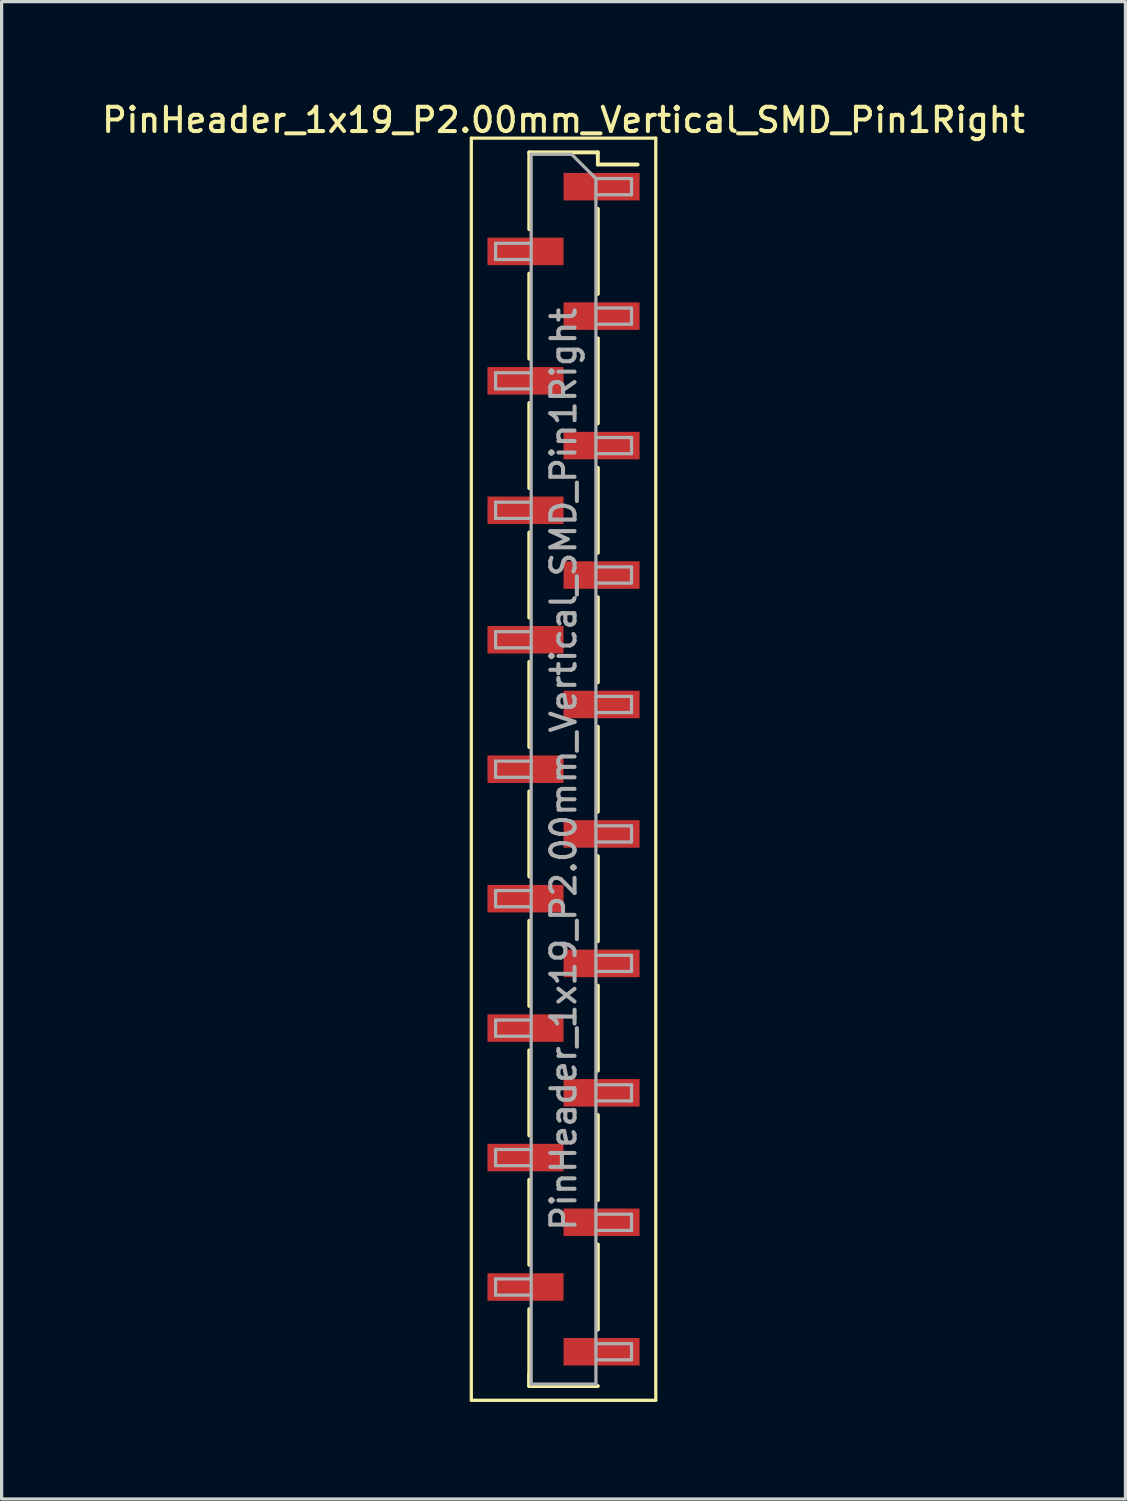
<source format=kicad_pcb>
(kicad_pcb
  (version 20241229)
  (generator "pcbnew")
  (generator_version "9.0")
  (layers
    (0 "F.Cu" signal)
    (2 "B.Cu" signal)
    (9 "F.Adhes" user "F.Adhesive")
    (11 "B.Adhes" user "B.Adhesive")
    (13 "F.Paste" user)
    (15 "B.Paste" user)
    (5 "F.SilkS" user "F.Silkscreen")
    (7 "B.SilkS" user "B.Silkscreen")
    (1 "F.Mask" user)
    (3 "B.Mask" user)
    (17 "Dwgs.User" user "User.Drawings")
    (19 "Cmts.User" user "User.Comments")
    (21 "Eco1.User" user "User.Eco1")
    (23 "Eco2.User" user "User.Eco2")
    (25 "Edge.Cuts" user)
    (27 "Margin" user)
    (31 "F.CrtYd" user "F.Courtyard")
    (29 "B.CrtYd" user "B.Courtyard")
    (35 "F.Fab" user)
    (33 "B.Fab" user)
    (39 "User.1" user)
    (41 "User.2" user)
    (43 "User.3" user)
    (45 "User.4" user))
  (footprint "PinHeader_1x19_P2.00mm_Vertical_SMD_Pin1Right"
    (layer "F.Cu")
    (at 14.363 20.718)
    (property "Reference" "PinHeader_1x19_P2.00mm_Vertical_SMD_Pin1Right" (at 0 -20.06 0) (layer "F.SilkS") (effects (font (size 0.75 0.75) (thickness 0.125))))
    (attr smd)
    (fp_line (start -2.85 -19.5) (end -2.85 19.5) (stroke (width 0.1) (type solid)) (layer "F.SilkS"))
    (fp_line (start -2.85 19.5) (end 2.85 19.5) (stroke (width 0.1) (type solid)) (layer "F.SilkS"))
    (fp_line (start -1.06 -19.06) (end -1.06 -16.685) (stroke (width 0.12) (type solid)) (layer "F.SilkS"))
    (fp_line (start -1.06 -19.06) (end 1.06 -19.06) (stroke (width 0.12) (type solid)) (layer "F.SilkS"))
    (fp_line (start -1.06 -15.315) (end -1.06 -12.685) (stroke (width 0.12) (type solid)) (layer "F.SilkS"))
    (fp_line (start -1.06 -11.315) (end -1.06 -8.685) (stroke (width 0.12) (type solid)) (layer "F.SilkS"))
    (fp_line (start -1.06 -7.315) (end -1.06 -4.685) (stroke (width 0.12) (type solid)) (layer "F.SilkS"))
    (fp_line (start -1.06 -3.315) (end -1.06 -0.685) (stroke (width 0.12) (type solid)) (layer "F.SilkS"))
    (fp_line (start -1.06 0.685) (end -1.06 3.315) (stroke (width 0.12) (type solid)) (layer "F.SilkS"))
    (fp_line (start -1.06 4.685) (end -1.06 7.315) (stroke (width 0.12) (type solid)) (layer "F.SilkS"))
    (fp_line (start -1.06 8.685) (end -1.06 11.315) (stroke (width 0.12) (type solid)) (layer "F.SilkS"))
    (fp_line (start -1.06 12.685) (end -1.06 15.315) (stroke (width 0.12) (type solid)) (layer "F.SilkS"))
    (fp_line (start -1.06 16.685) (end -1.06 19.06) (stroke (width 0.12) (type solid)) (layer "F.SilkS"))
    (fp_line (start -1.06 18.685) (end -1.06 19.06) (stroke (width 0.12) (type solid)) (layer "F.SilkS"))
    (fp_line (start -1.06 19.06) (end 1.06 19.06) (stroke (width 0.12) (type solid)) (layer "F.SilkS"))
    (fp_line (start 1.06 -19.06) (end 1.06 -18.685) (stroke (width 0.12) (type solid)) (layer "F.SilkS"))
    (fp_line (start 1.06 -18.685) (end 2.29 -18.685) (stroke (width 0.12) (type solid)) (layer "F.SilkS"))
    (fp_line (start 1.06 -17.315) (end 1.06 -14.685) (stroke (width 0.12) (type solid)) (layer "F.SilkS"))
    (fp_line (start 1.06 -13.315) (end 1.06 -10.685) (stroke (width 0.12) (type solid)) (layer "F.SilkS"))
    (fp_line (start 1.06 -9.315) (end 1.06 -6.685) (stroke (width 0.12) (type solid)) (layer "F.SilkS"))
    (fp_line (start 1.06 -5.315) (end 1.06 -2.685) (stroke (width 0.12) (type solid)) (layer "F.SilkS"))
    (fp_line (start 1.06 -1.315) (end 1.06 1.315) (stroke (width 0.12) (type solid)) (layer "F.SilkS"))
    (fp_line (start 1.06 2.685) (end 1.06 5.315) (stroke (width 0.12) (type solid)) (layer "F.SilkS"))
    (fp_line (start 1.06 6.685) (end 1.06 9.315) (stroke (width 0.12) (type solid)) (layer "F.SilkS"))
    (fp_line (start 1.06 10.685) (end 1.06 13.315) (stroke (width 0.12) (type solid)) (layer "F.SilkS"))
    (fp_line (start 1.06 14.685) (end 1.06 17.315) (stroke (width 0.12) (type solid)) (layer "F.SilkS"))
    (fp_line (start 2.85 -19.5) (end -2.85 -19.5) (stroke (width 0.1) (type solid)) (layer "F.SilkS"))
    (fp_line (start 2.85 19.5) (end 2.85 -19.5) (stroke (width 0.1) (type solid)) (layer "F.SilkS"))
    (fp_line (start -2.1 -16.25) (end -2.1 -15.75) (stroke (width 0.1) (type solid)) (layer "F.Fab"))
    (fp_line (start -2.1 -15.75) (end -1 -15.75) (stroke (width 0.1) (type solid)) (layer "F.Fab"))
    (fp_line (start -2.1 -12.25) (end -2.1 -11.75) (stroke (width 0.1) (type solid)) (layer "F.Fab"))
    (fp_line (start -2.1 -11.75) (end -1 -11.75) (stroke (width 0.1) (type solid)) (layer "F.Fab"))
    (fp_line (start -2.1 -8.25) (end -2.1 -7.75) (stroke (width 0.1) (type solid)) (layer "F.Fab"))
    (fp_line (start -2.1 -7.75) (end -1 -7.75) (stroke (width 0.1) (type solid)) (layer "F.Fab"))
    (fp_line (start -2.1 -4.25) (end -2.1 -3.75) (stroke (width 0.1) (type solid)) (layer "F.Fab"))
    (fp_line (start -2.1 -3.75) (end -1 -3.75) (stroke (width 0.1) (type solid)) (layer "F.Fab"))
    (fp_line (start -2.1 -0.25) (end -2.1 0.25) (stroke (width 0.1) (type solid)) (layer "F.Fab"))
    (fp_line (start -2.1 0.25) (end -1 0.25) (stroke (width 0.1) (type solid)) (layer "F.Fab"))
    (fp_line (start -2.1 3.75) (end -2.1 4.25) (stroke (width 0.1) (type solid)) (layer "F.Fab"))
    (fp_line (start -2.1 4.25) (end -1 4.25) (stroke (width 0.1) (type solid)) (layer "F.Fab"))
    (fp_line (start -2.1 7.75) (end -2.1 8.25) (stroke (width 0.1) (type solid)) (layer "F.Fab"))
    (fp_line (start -2.1 8.25) (end -1 8.25) (stroke (width 0.1) (type solid)) (layer "F.Fab"))
    (fp_line (start -2.1 11.75) (end -2.1 12.25) (stroke (width 0.1) (type solid)) (layer "F.Fab"))
    (fp_line (start -2.1 12.25) (end -1 12.25) (stroke (width 0.1) (type solid)) (layer "F.Fab"))
    (fp_line (start -2.1 15.75) (end -2.1 16.25) (stroke (width 0.1) (type solid)) (layer "F.Fab"))
    (fp_line (start -2.1 16.25) (end -1 16.25) (stroke (width 0.1) (type solid)) (layer "F.Fab"))
    (fp_line (start -1 -19) (end -1 19) (stroke (width 0.1) (type solid)) (layer "F.Fab"))
    (fp_line (start -1 -19) (end 0.25 -19) (stroke (width 0.1) (type solid)) (layer "F.Fab"))
    (fp_line (start -1 -16.25) (end -2.1 -16.25) (stroke (width 0.1) (type solid)) (layer "F.Fab"))
    (fp_line (start -1 -12.25) (end -2.1 -12.25) (stroke (width 0.1) (type solid)) (layer "F.Fab"))
    (fp_line (start -1 -8.25) (end -2.1 -8.25) (stroke (width 0.1) (type solid)) (layer "F.Fab"))
    (fp_line (start -1 -4.25) (end -2.1 -4.25) (stroke (width 0.1) (type solid)) (layer "F.Fab"))
    (fp_line (start -1 -0.25) (end -2.1 -0.25) (stroke (width 0.1) (type solid)) (layer "F.Fab"))
    (fp_line (start -1 3.75) (end -2.1 3.75) (stroke (width 0.1) (type solid)) (layer "F.Fab"))
    (fp_line (start -1 7.75) (end -2.1 7.75) (stroke (width 0.1) (type solid)) (layer "F.Fab"))
    (fp_line (start -1 11.75) (end -2.1 11.75) (stroke (width 0.1) (type solid)) (layer "F.Fab"))
    (fp_line (start -1 15.75) (end -2.1 15.75) (stroke (width 0.1) (type solid)) (layer "F.Fab"))
    (fp_line (start 1 -18.25) (end 0.25 -19) (stroke (width 0.1) (type solid)) (layer "F.Fab"))
    (fp_line (start 1 -18.25) (end 2.1 -18.25) (stroke (width 0.1) (type solid)) (layer "F.Fab"))
    (fp_line (start 1 -14.25) (end 2.1 -14.25) (stroke (width 0.1) (type solid)) (layer "F.Fab"))
    (fp_line (start 1 -10.25) (end 2.1 -10.25) (stroke (width 0.1) (type solid)) (layer "F.Fab"))
    (fp_line (start 1 -6.25) (end 2.1 -6.25) (stroke (width 0.1) (type solid)) (layer "F.Fab"))
    (fp_line (start 1 -2.25) (end 2.1 -2.25) (stroke (width 0.1) (type solid)) (layer "F.Fab"))
    (fp_line (start 1 1.75) (end 2.1 1.75) (stroke (width 0.1) (type solid)) (layer "F.Fab"))
    (fp_line (start 1 5.75) (end 2.1 5.75) (stroke (width 0.1) (type solid)) (layer "F.Fab"))
    (fp_line (start 1 9.75) (end 2.1 9.75) (stroke (width 0.1) (type solid)) (layer "F.Fab"))
    (fp_line (start 1 13.75) (end 2.1 13.75) (stroke (width 0.1) (type solid)) (layer "F.Fab"))
    (fp_line (start 1 17.75) (end 2.1 17.75) (stroke (width 0.1) (type solid)) (layer "F.Fab"))
    (fp_line (start 1 19) (end -1 19) (stroke (width 0.1) (type solid)) (layer "F.Fab"))
    (fp_line (start 1 19) (end 1 -18.25) (stroke (width 0.1) (type solid)) (layer "F.Fab"))
    (fp_line (start 2.1 -18.25) (end 2.1 -17.75) (stroke (width 0.1) (type solid)) (layer "F.Fab"))
    (fp_line (start 2.1 -17.75) (end 1 -17.75) (stroke (width 0.1) (type solid)) (layer "F.Fab"))
    (fp_line (start 2.1 -14.25) (end 2.1 -13.75) (stroke (width 0.1) (type solid)) (layer "F.Fab"))
    (fp_line (start 2.1 -13.75) (end 1 -13.75) (stroke (width 0.1) (type solid)) (layer "F.Fab"))
    (fp_line (start 2.1 -10.25) (end 2.1 -9.75) (stroke (width 0.1) (type solid)) (layer "F.Fab"))
    (fp_line (start 2.1 -9.75) (end 1 -9.75) (stroke (width 0.1) (type solid)) (layer "F.Fab"))
    (fp_line (start 2.1 -6.25) (end 2.1 -5.75) (stroke (width 0.1) (type solid)) (layer "F.Fab"))
    (fp_line (start 2.1 -5.75) (end 1 -5.75) (stroke (width 0.1) (type solid)) (layer "F.Fab"))
    (fp_line (start 2.1 -2.25) (end 2.1 -1.75) (stroke (width 0.1) (type solid)) (layer "F.Fab"))
    (fp_line (start 2.1 -1.75) (end 1 -1.75) (stroke (width 0.1) (type solid)) (layer "F.Fab"))
    (fp_line (start 2.1 1.75) (end 2.1 2.25) (stroke (width 0.1) (type solid)) (layer "F.Fab"))
    (fp_line (start 2.1 2.25) (end 1 2.25) (stroke (width 0.1) (type solid)) (layer "F.Fab"))
    (fp_line (start 2.1 5.75) (end 2.1 6.25) (stroke (width 0.1) (type solid)) (layer "F.Fab"))
    (fp_line (start 2.1 6.25) (end 1 6.25) (stroke (width 0.1) (type solid)) (layer "F.Fab"))
    (fp_line (start 2.1 9.75) (end 2.1 10.25) (stroke (width 0.1) (type solid)) (layer "F.Fab"))
    (fp_line (start 2.1 10.25) (end 1 10.25) (stroke (width 0.1) (type solid)) (layer "F.Fab"))
    (fp_line (start 2.1 13.75) (end 2.1 14.25) (stroke (width 0.1) (type solid)) (layer "F.Fab"))
    (fp_line (start 2.1 14.25) (end 1 14.25) (stroke (width 0.1) (type solid)) (layer "F.Fab"))
    (fp_line (start 2.1 17.75) (end 2.1 18.25) (stroke (width 0.1) (type solid)) (layer "F.Fab"))
    (fp_line (start 2.1 18.25) (end 1 18.25) (stroke (width 0.1) (type solid)) (layer "F.Fab"))
    (fp_text user "${REFERENCE}" (at 0 0 90) (layer "F.Fab") (effects (font (size 0.75 0.75) (thickness 0.125))))
    (pad "1" smd rect (at 1.175 -18) (size 2.35 0.85) (layers "F.Cu" "F.Mask" "F.Paste"))
    (pad "2" smd rect (at -1.175 -16) (size 2.35 0.85) (layers "F.Cu" "F.Mask" "F.Paste"))
    (pad "3" smd rect (at 1.175 -14) (size 2.35 0.85) (layers "F.Cu" "F.Mask" "F.Paste"))
    (pad "4" smd rect (at -1.175 -12) (size 2.35 0.85) (layers "F.Cu" "F.Mask" "F.Paste"))
    (pad "5" smd rect (at 1.175 -10) (size 2.35 0.85) (layers "F.Cu" "F.Mask" "F.Paste"))
    (pad "6" smd rect (at -1.175 -8) (size 2.35 0.85) (layers "F.Cu" "F.Mask" "F.Paste"))
    (pad "7" smd rect (at 1.175 -6) (size 2.35 0.85) (layers "F.Cu" "F.Mask" "F.Paste"))
    (pad "8" smd rect (at -1.175 -4) (size 2.35 0.85) (layers "F.Cu" "F.Mask" "F.Paste"))
    (pad "9" smd rect (at 1.175 -2) (size 2.35 0.85) (layers "F.Cu" "F.Mask" "F.Paste"))
    (pad "10" smd rect (at -1.175 0) (size 2.35 0.85) (layers "F.Cu" "F.Mask" "F.Paste"))
    (pad "11" smd rect (at 1.175 2) (size 2.35 0.85) (layers "F.Cu" "F.Mask" "F.Paste"))
    (pad "12" smd rect (at -1.175 4) (size 2.35 0.85) (layers "F.Cu" "F.Mask" "F.Paste"))
    (pad "13" smd rect (at 1.175 6) (size 2.35 0.85) (layers "F.Cu" "F.Mask" "F.Paste"))
    (pad "14" smd rect (at -1.175 8) (size 2.35 0.85) (layers "F.Cu" "F.Mask" "F.Paste"))
    (pad "15" smd rect (at 1.175 10) (size 2.35 0.85) (layers "F.Cu" "F.Mask" "F.Paste"))
    (pad "16" smd rect (at -1.175 12) (size 2.35 0.85) (layers "F.Cu" "F.Mask" "F.Paste"))
    (pad "17" smd rect (at 1.175 14) (size 2.35 0.85) (layers "F.Cu" "F.Mask" "F.Paste"))
    (pad "18" smd rect (at -1.175 16) (size 2.35 0.85) (layers "F.Cu" "F.Mask" "F.Paste"))
    (pad "19" smd rect (at 1.175 18) (size 2.35 0.85) (layers "F.Cu" "F.Mask" "F.Paste")))
  (gr_rect
    (start -3 -3)
    (end 31.725 43.268)
    (stroke (width 0.1) (type default))
    (fill no)
    (layer "Edge.Cuts")))
</source>
